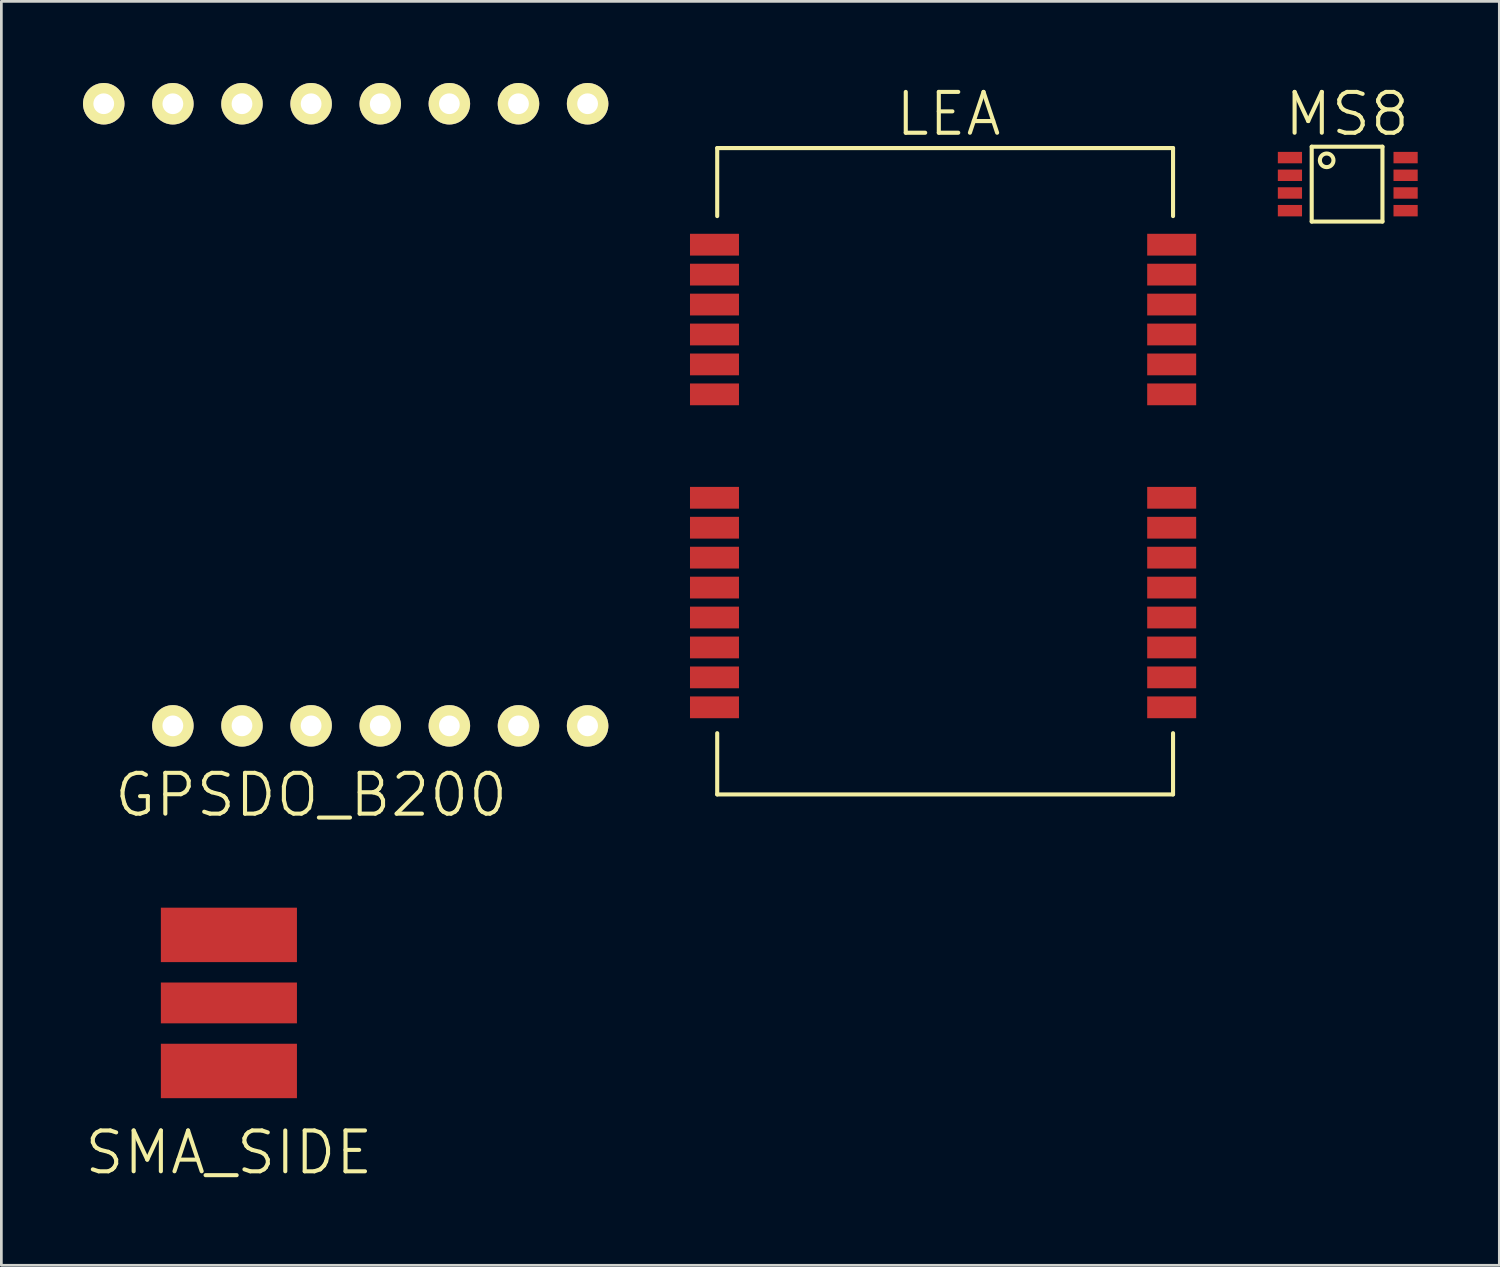
<source format=kicad_pcb>
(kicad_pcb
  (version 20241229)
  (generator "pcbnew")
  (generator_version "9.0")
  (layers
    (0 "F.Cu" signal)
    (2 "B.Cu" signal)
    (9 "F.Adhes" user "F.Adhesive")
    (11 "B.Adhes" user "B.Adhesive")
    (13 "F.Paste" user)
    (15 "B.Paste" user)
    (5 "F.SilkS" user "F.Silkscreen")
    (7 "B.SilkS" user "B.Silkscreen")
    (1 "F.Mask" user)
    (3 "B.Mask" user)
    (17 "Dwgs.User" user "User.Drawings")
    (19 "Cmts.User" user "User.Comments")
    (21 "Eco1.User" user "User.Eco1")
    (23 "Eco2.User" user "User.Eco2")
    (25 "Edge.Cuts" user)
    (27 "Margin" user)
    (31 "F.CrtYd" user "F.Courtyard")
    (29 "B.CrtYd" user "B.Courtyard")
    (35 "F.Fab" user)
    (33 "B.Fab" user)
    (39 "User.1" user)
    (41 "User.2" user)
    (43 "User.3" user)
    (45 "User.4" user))
  (footprint "GPSDO_B200"
    (layer "F.Cu")
    (at 8.382 10.922)
    (property "Reference" "GPSDO_B200" (at 0 15.24 0) (layer "F.SilkS") (effects (font (size 1.5 1.5) (thickness 0.15))))
    (attr through_hole)
    (pad "1" thru_hole circle (at 10.16 -10.16) (size 1.524 1.524) (drill 0.762) (layers "*.Cu" "*.Mask" "F.SilkS"))
    (pad "2" thru_hole circle (at 7.62 -10.16) (size 1.524 1.524) (drill 0.762) (layers "*.Cu" "*.Mask" "F.SilkS"))
    (pad "3" thru_hole circle (at 5.08 -10.16) (size 1.524 1.524) (drill 0.762) (layers "*.Cu" "*.Mask" "F.SilkS"))
    (pad "4" thru_hole circle (at 2.54 -10.16) (size 1.524 1.524) (drill 0.762) (layers "*.Cu" "*.Mask" "F.SilkS"))
    (pad "5" thru_hole circle (at 0 -10.16) (size 1.524 1.524) (drill 0.762) (layers "*.Cu" "*.Mask" "F.SilkS"))
    (pad "6" thru_hole circle (at -2.54 -10.16) (size 1.524 1.524) (drill 0.762) (layers "*.Cu" "*.Mask" "F.SilkS"))
    (pad "7" thru_hole circle (at -5.08 -10.16) (size 1.524 1.524) (drill 0.762) (layers "*.Cu" "*.Mask" "F.SilkS"))
    (pad "8" thru_hole circle (at -7.62 -10.16) (size 1.524 1.524) (drill 0.762) (layers "*.Cu" "*.Mask" "F.SilkS"))
    (pad "9" thru_hole circle (at -5.08 12.7) (size 1.524 1.524) (drill 0.762) (layers "*.Cu" "*.Mask" "F.SilkS"))
    (pad "10" thru_hole circle (at -2.54 12.7) (size 1.524 1.524) (drill 0.762) (layers "*.Cu" "*.Mask" "F.SilkS"))
    (pad "11" thru_hole circle (at 0 12.7) (size 1.524 1.524) (drill 0.762) (layers "*.Cu" "*.Mask" "F.SilkS"))
    (pad "12" thru_hole circle (at 2.54 12.7) (size 1.524 1.524) (drill 0.762) (layers "*.Cu" "*.Mask" "F.SilkS"))
    (pad "13" thru_hole circle (at 5.08 12.7) (size 1.524 1.524) (drill 0.762) (layers "*.Cu" "*.Mask" "F.SilkS"))
    (pad "14" thru_hole circle (at 7.62 12.7) (size 1.524 1.524) (drill 0.762) (layers "*.Cu" "*.Mask" "F.SilkS"))
    (pad "15" thru_hole circle (at 10.16 12.7) (size 1.524 1.524) (drill 0.762) (layers "*.Cu" "*.Mask" "F.SilkS")))
  (footprint "MS8"
    (layer "F.Cu")
    (at 44.349 2.741)
    (property "Reference" "MS8" (at 2.1 -1.6 0) (layer "F.SilkS") (effects (font (size 1.5 1.5) (thickness 0.15))))
    (attr through_hole)
    (fp_line (start 0.8 -0.4) (end 3.4 -0.4) (stroke (width 0.15) (type solid)) (layer "F.SilkS"))
    (fp_line (start 0.8 2.35) (end 0.8 -0.4) (stroke (width 0.15) (type solid)) (layer "F.SilkS"))
    (fp_line (start 3.4 -0.4) (end 3.4 2.35) (stroke (width 0.15) (type solid)) (layer "F.SilkS"))
    (fp_line (start 3.4 2.35) (end 0.8 2.35) (stroke (width 0.15) (type solid)) (layer "F.SilkS"))
    (fp_circle (center 1.35 0.1) (end 1.5 0.3) (stroke (width 0.15) (type solid)) (fill no) (layer "F.SilkS"))
    (pad "1" smd rect (at 0 0) (size 0.889 0.42) (layers "F.Cu" "F.Mask" "F.Paste"))
    (pad "2" smd rect (at 0 0.65) (size 0.889 0.42) (layers "F.Cu" "F.Mask" "F.Paste"))
    (pad "3" smd rect (at 0 1.3) (size 0.889 0.42) (layers "F.Cu" "F.Mask" "F.Paste"))
    (pad "4" smd rect (at 0 1.95) (size 0.889 0.42) (layers "F.Cu" "F.Mask" "F.Paste"))
    (pad "5" smd rect (at 4.25 1.95) (size 0.889 0.42) (layers "F.Cu" "F.Mask" "F.Paste"))
    (pad "6" smd rect (at 4.25 1.3) (size 0.889 0.42) (layers "F.Cu" "F.Mask" "F.Paste"))
    (pad "7" smd rect (at 4.25 0.65) (size 0.889 0.42) (layers "F.Cu" "F.Mask" "F.Paste"))
    (pad "8" smd rect (at 4.25 0) (size 0.889 0.42) (layers "F.Cu" "F.Mask" "F.Paste")))
  (footprint "LEA"
    (layer "F.Cu")
    (at 31.804 13.641)
    (property "Reference" "LEA" (at 0 -12.5 0) (layer "F.SilkS") (effects (font (size 1.5 1.5) (thickness 0.15))))
    (attr through_hole)
    (fp_line (start -8.5 -11.25) (end 8.25 -11.25) (stroke (width 0.15) (type solid)) (layer "F.SilkS"))
    (fp_line (start -8.5 -8.75) (end -8.5 -11.25) (stroke (width 0.15) (type solid)) (layer "F.SilkS"))
    (fp_line (start -8.5 10.25) (end -8.5 12.5) (stroke (width 0.15) (type solid)) (layer "F.SilkS"))
    (fp_line (start -8.5 12.5) (end 8.25 12.5) (stroke (width 0.15) (type solid)) (layer "F.SilkS"))
    (fp_line (start 8.25 -11.25) (end 8.25 -8.75) (stroke (width 0.15) (type solid)) (layer "F.SilkS"))
    (fp_line (start 8.25 12.5) (end 8.25 10.25) (stroke (width 0.15) (type solid)) (layer "F.SilkS"))
    (pad "1" smd rect (at 8.2 9.3) (size 1.8 0.8) (layers "F.Cu" "F.Mask" "F.Paste"))
    (pad "2" smd rect (at 8.2 8.2) (size 1.8 0.8) (layers "F.Cu" "F.Mask" "F.Paste"))
    (pad "3" smd rect (at 8.2 7.1) (size 1.8 0.8) (layers "F.Cu" "F.Mask" "F.Paste"))
    (pad "4" smd rect (at 8.2 6) (size 1.8 0.8) (layers "F.Cu" "F.Mask" "F.Paste"))
    (pad "5" smd rect (at 8.2 4.9) (size 1.8 0.8) (layers "F.Cu" "F.Mask" "F.Paste"))
    (pad "6" smd rect (at 8.2 3.8) (size 1.8 0.8) (layers "F.Cu" "F.Mask" "F.Paste"))
    (pad "7" smd rect (at 8.2 2.7) (size 1.8 0.8) (layers "F.Cu" "F.Mask" "F.Paste"))
    (pad "8" smd rect (at 8.2 1.6) (size 1.8 0.8) (layers "F.Cu" "F.Mask" "F.Paste"))
    (pad "9" smd rect (at 8.2 -2.2) (size 1.8 0.8) (layers "F.Cu" "F.Mask" "F.Paste"))
    (pad "10" smd rect (at 8.2 -3.3) (size 1.8 0.8) (layers "F.Cu" "F.Mask" "F.Paste"))
    (pad "11" smd rect (at 8.2 -4.4) (size 1.8 0.8) (layers "F.Cu" "F.Mask" "F.Paste"))
    (pad "12" smd rect (at 8.2 -5.5) (size 1.8 0.8) (layers "F.Cu" "F.Mask" "F.Paste"))
    (pad "13" smd rect (at 8.2 -6.6) (size 1.8 0.8) (layers "F.Cu" "F.Mask" "F.Paste"))
    (pad "14" smd rect (at 8.2 -7.7) (size 1.8 0.8) (layers "F.Cu" "F.Mask" "F.Paste"))
    (pad "15" smd rect (at -8.6 -7.7) (size 1.8 0.8) (layers "F.Cu" "F.Mask" "F.Paste"))
    (pad "16" smd rect (at -8.6 -6.6) (size 1.8 0.8) (layers "F.Cu" "F.Mask" "F.Paste"))
    (pad "17" smd rect (at -8.6 -5.5) (size 1.8 0.8) (layers "F.Cu" "F.Mask" "F.Paste"))
    (pad "18" smd rect (at -8.6 -4.4) (size 1.8 0.8) (layers "F.Cu" "F.Mask" "F.Paste"))
    (pad "19" smd rect (at -8.6 -3.3) (size 1.8 0.8) (layers "F.Cu" "F.Mask" "F.Paste"))
    (pad "20" smd rect (at -8.6 -2.2) (size 1.8 0.8) (layers "F.Cu" "F.Mask" "F.Paste"))
    (pad "21" smd rect (at -8.6 1.6) (size 1.8 0.8) (layers "F.Cu" "F.Mask" "F.Paste"))
    (pad "22" smd rect (at -8.6 2.7) (size 1.8 0.8) (layers "F.Cu" "F.Mask" "F.Paste"))
    (pad "23" smd rect (at -8.6 3.8) (size 1.8 0.8) (layers "F.Cu" "F.Mask" "F.Paste"))
    (pad "24" smd rect (at -8.6 4.9) (size 1.8 0.8) (layers "F.Cu" "F.Mask" "F.Paste"))
    (pad "25" smd rect (at -8.6 6) (size 1.8 0.8) (layers "F.Cu" "F.Mask" "F.Paste"))
    (pad "26" smd rect (at -8.6 7.1) (size 1.8 0.8) (layers "F.Cu" "F.Mask" "F.Paste"))
    (pad "27" smd rect (at -8.6 8.2) (size 1.8 0.8) (layers "F.Cu" "F.Mask" "F.Paste"))
    (pad "28" smd rect (at -8.6 9.3) (size 1.8 0.8) (layers "F.Cu" "F.Mask" "F.Paste")))
  (footprint "SMA_SIDE"
    (layer "F.Cu")
    (at 5.361 31.303)
    (property "Reference" "SMA_SIDE" (at 0 8 0) (layer "F.SilkS") (effects (font (size 1.5 1.5) (thickness 0.15))))
    (attr through_hole)
    (pad "1" smd rect (at 0 0) (size 5 2) (layers "F.Cu" "F.Mask" "F.Paste"))
    (pad "2" smd rect (at 0 2.5) (size 5 1.5) (layers "F.Cu" "F.Mask" "F.Paste"))
    (pad "3" smd rect (at 0 5) (size 5 2) (layers "F.Cu" "F.Mask" "F.Paste")))
  (gr_rect
    (start -3 -3)
    (end 52.043 43.444)
    (stroke (width 0.1) (type default))
    (fill no)
    (layer "Edge.Cuts")))
</source>
